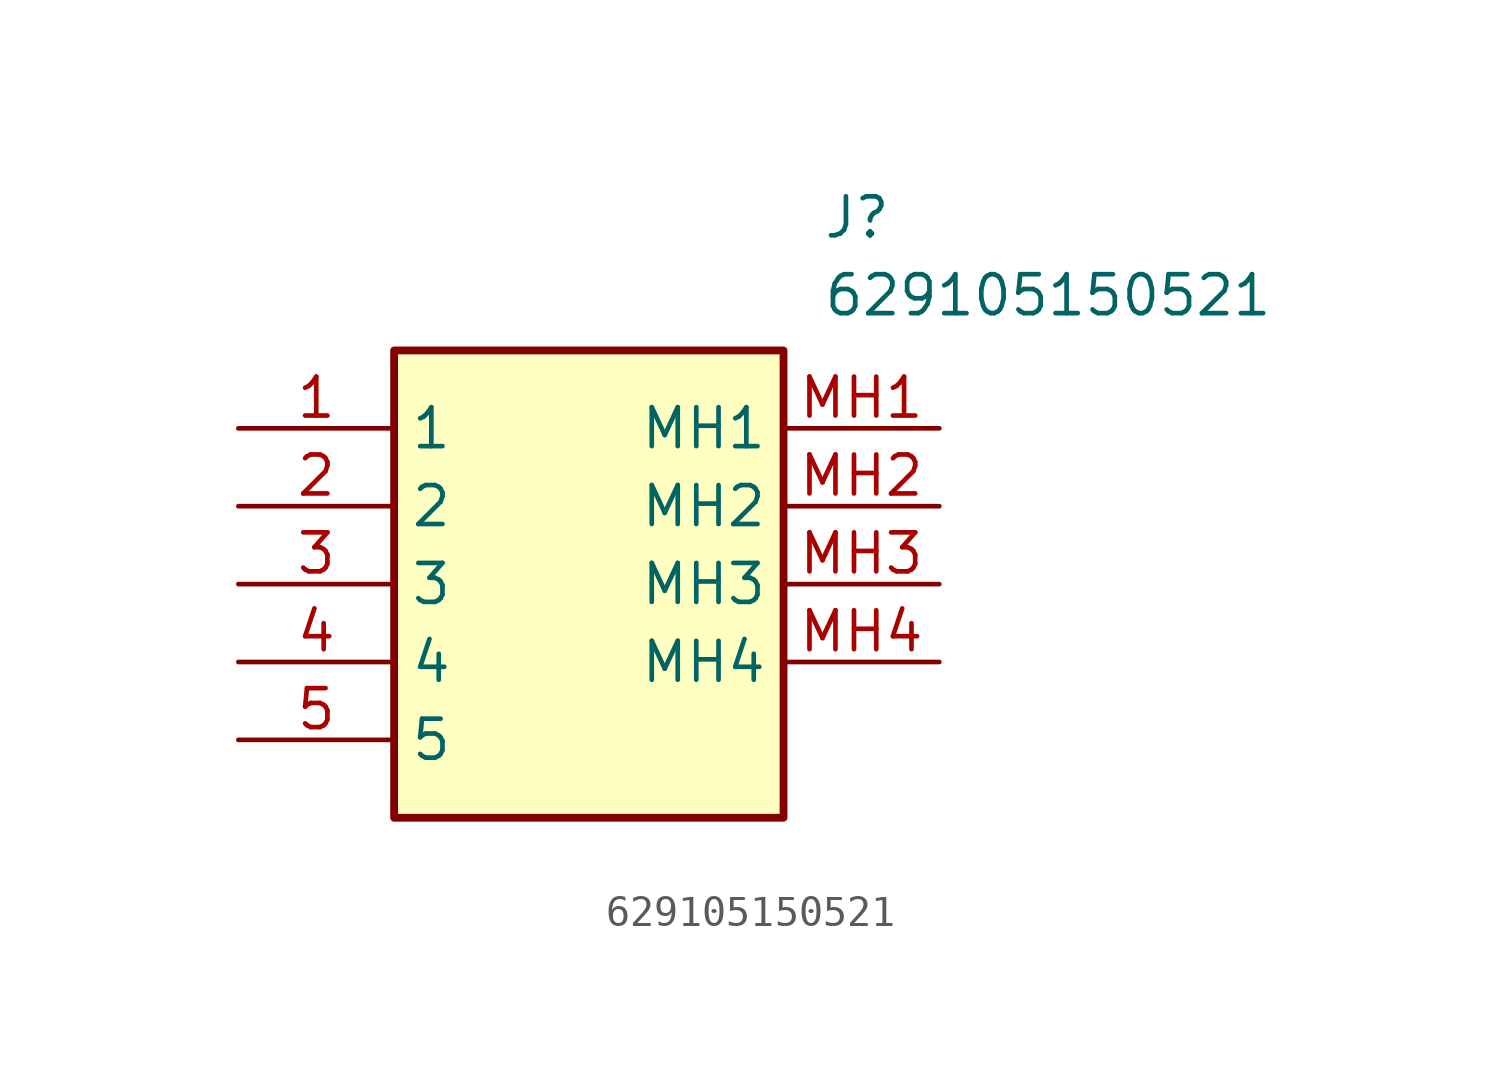
<source format=kicad_sym>
(kicad_symbol_lib
  (version 20220914)
  (generator SamacSys_ECAD_Model)
  (symbol "629105150521"
    (property "Reference" "J"
      (at 19.05 7.62 0)
      (effects (font (size 1.27 1.27)) (justify left top)))
    (property "Value" "629105150521"
      (at 19.05 5.08 0)
      (effects (font (size 1.27 1.27)) (justify left top)))
    (rectangle
      (start 5.08 2.54)
      (end 17.78 -12.7)
      (stroke (width 0.254) (type default))
      (fill (type background)))
    (pin passive line
      (at 0 0 0)
      (length 5.08)
      (name "1" (effects (font (size 1.27 1.27))))
      (number "1" (effects (font (size 1.27 1.27)))))
    (pin passive line
      (at 0 -2.54 0)
      (length 5.08)
      (name "2" (effects (font (size 1.27 1.27))))
      (number "2" (effects (font (size 1.27 1.27)))))
    (pin passive line
      (at 0 -5.08 0)
      (length 5.08)
      (name "3" (effects (font (size 1.27 1.27))))
      (number "3" (effects (font (size 1.27 1.27)))))
    (pin passive line
      (at 0 -7.62 0)
      (length 5.08)
      (name "4" (effects (font (size 1.27 1.27))))
      (number "4" (effects (font (size 1.27 1.27)))))
    (pin passive line
      (at 0 -10.16 0)
      (length 5.08)
      (name "5" (effects (font (size 1.27 1.27))))
      (number "5" (effects (font (size 1.27 1.27)))))
    (pin passive line
      (at 22.86 0 180)
      (length 5.08)
      (name "MH1" (effects (font (size 1.27 1.27))))
      (number "MH1" (effects (font (size 1.27 1.27)))))
    (pin passive line
      (at 22.86 -2.54 180)
      (length 5.08)
      (name "MH2" (effects (font (size 1.27 1.27))))
      (number "MH2" (effects (font (size 1.27 1.27)))))
    (pin passive line
      (at 22.86 -5.08 180)
      (length 5.08)
      (name "MH3" (effects (font (size 1.27 1.27))))
      (number "MH3" (effects (font (size 1.27 1.27)))))
    (pin passive line
      (at 22.86 -7.62 180)
      (length 5.08)
      (name "MH4" (effects (font (size 1.27 1.27))))
      (number "MH4" (effects (font (size 1.27 1.27)))))))
</source>
